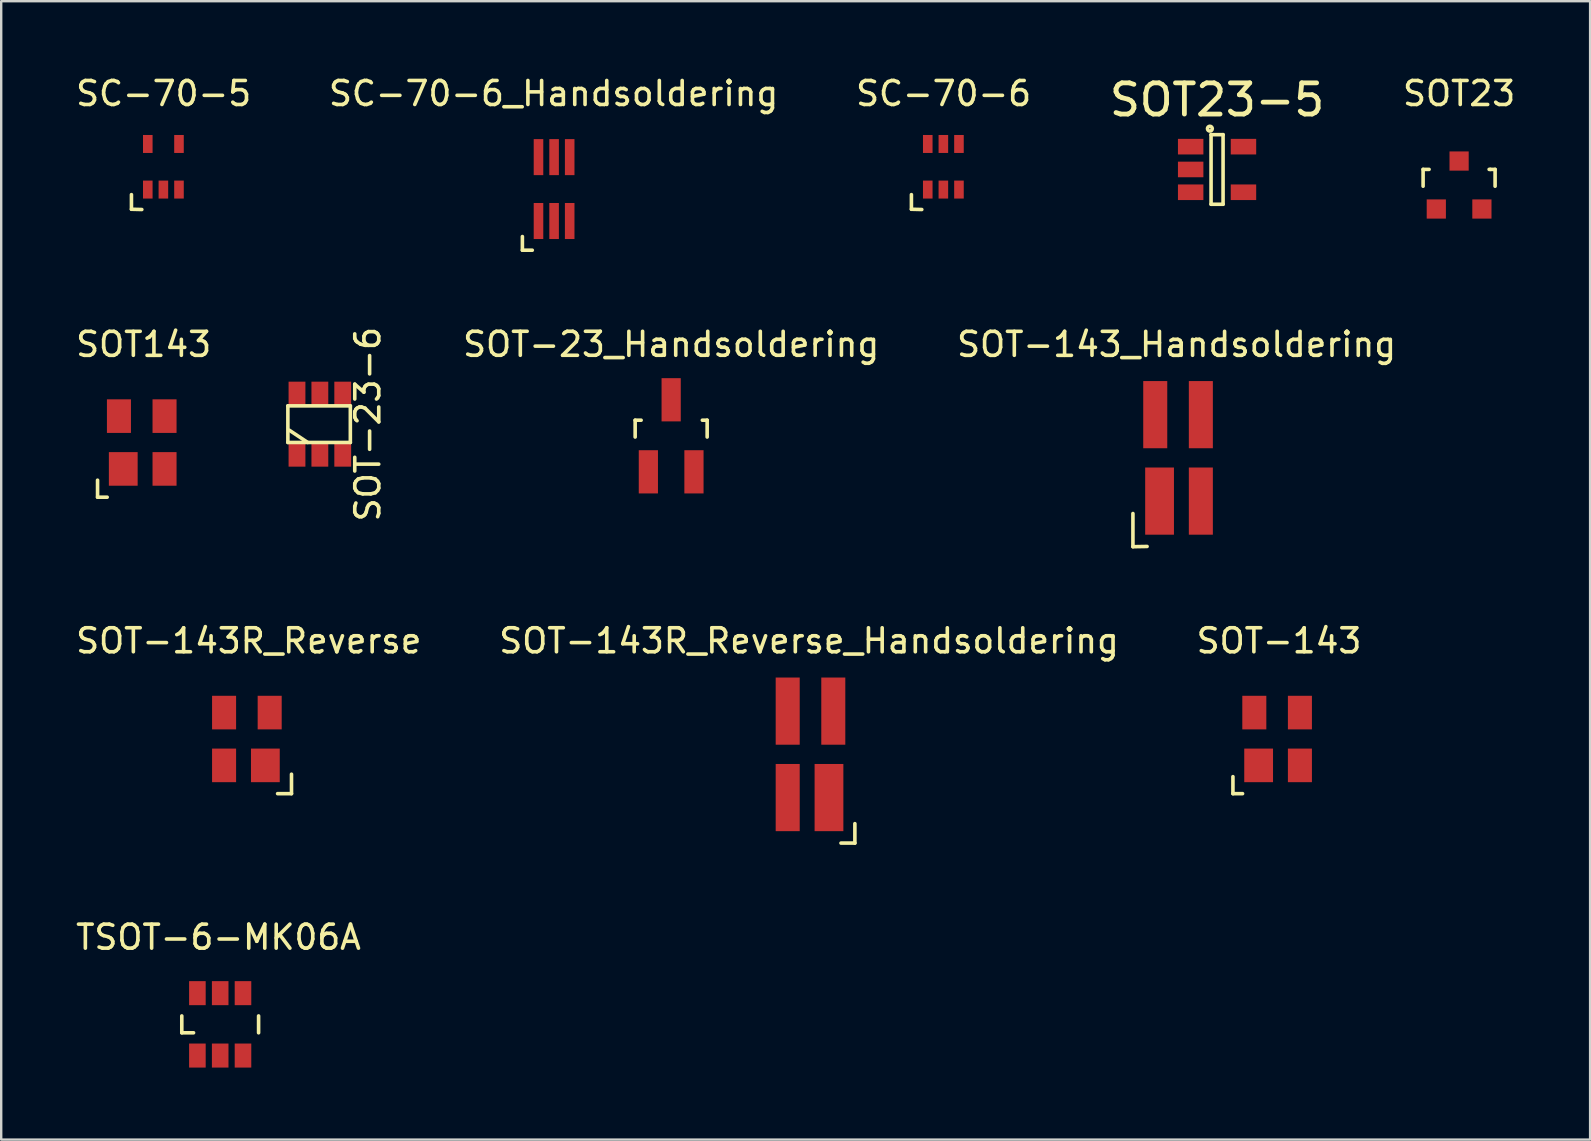
<source format=kicad_pcb>
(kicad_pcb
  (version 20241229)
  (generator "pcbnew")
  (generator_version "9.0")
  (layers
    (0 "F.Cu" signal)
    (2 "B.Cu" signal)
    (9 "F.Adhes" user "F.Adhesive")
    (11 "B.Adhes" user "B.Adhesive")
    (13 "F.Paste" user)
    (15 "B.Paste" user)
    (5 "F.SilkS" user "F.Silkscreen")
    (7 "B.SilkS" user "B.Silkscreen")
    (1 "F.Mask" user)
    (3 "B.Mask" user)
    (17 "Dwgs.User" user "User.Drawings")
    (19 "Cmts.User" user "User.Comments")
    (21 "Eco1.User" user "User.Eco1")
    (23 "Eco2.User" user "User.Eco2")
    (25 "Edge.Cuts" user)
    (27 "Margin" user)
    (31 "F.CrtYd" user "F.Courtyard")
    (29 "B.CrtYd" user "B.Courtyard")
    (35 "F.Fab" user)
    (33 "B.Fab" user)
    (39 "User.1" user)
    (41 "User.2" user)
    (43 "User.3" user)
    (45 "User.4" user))
  (footprint "SC-70-5"
    (layer "F.Cu")
    (at 3.758 3.899)
    (property "Reference" "SC-70-5" (at 0.01 -3.051 0) (layer "F.SilkS") (effects (font (size 1 1) (thickness 0.15))))
    (attr smd)
    (fp_line (start -1.331 1.161) (end -1.331 1.77) (stroke (width 0.15) (type solid)) (layer "F.SilkS"))
    (fp_line (start -1.331 1.77) (end -0.899 1.781) (stroke (width 0.15) (type solid)) (layer "F.SilkS"))
    (pad "1" smd rect (at -0.65 0.95) (size 0.399 0.749) (layers "F.Cu" "F.Mask" "F.Paste"))
    (pad "2" smd rect (at 0 0.95) (size 0.399 0.749) (layers "F.Cu" "F.Mask" "F.Paste"))
    (pad "3" smd rect (at 0.65 0.95) (size 0.399 0.749) (layers "F.Cu" "F.Mask" "F.Paste"))
    (pad "4" smd rect (at 0.65 -0.95) (size 0.399 0.749) (layers "F.Cu" "F.Mask" "F.Paste"))
    (pad "5" smd rect (at -0.65 -0.95) (size 0.399 0.749) (layers "F.Cu" "F.Mask" "F.Paste")))
  (footprint "SOT23-5"
    (layer "F.Cu")
    (at 47.663 4.011)
    (property "Reference" "SOT23-5" (at 0 -2.9 0) (layer "F.SilkS") (effects (font (size 1.3 1.3) (thickness 0.2))))
    (attr smd)
    (fp_line (start -0.25 -1.45) (end -0.25 1.45) (stroke (width 0.15) (type solid)) (layer "F.SilkS"))
    (fp_line (start -0.25 1.45) (end 0.25 1.45) (stroke (width 0.15) (type solid)) (layer "F.SilkS"))
    (fp_line (start 0.25 -1.45) (end -0.25 -1.45) (stroke (width 0.15) (type solid)) (layer "F.SilkS"))
    (fp_line (start 0.25 1.45) (end 0.25 -1.45) (stroke (width 0.15) (type solid)) (layer "F.SilkS"))
    (fp_circle (center -0.3 -1.7) (end -0.2 -1.7) (stroke (width 0.15) (type solid)) (fill no) (layer "F.SilkS"))
    (pad "1" smd rect (at -1.1 -0.95) (size 1.06 0.65) (layers "F.Cu" "F.Mask" "F.Paste"))
    (pad "2" smd rect (at -1.1 0) (size 1.06 0.65) (layers "F.Cu" "F.Mask" "F.Paste"))
    (pad "3" smd rect (at -1.1 0.95) (size 1.06 0.65) (layers "F.Cu" "F.Mask" "F.Paste"))
    (pad "4" smd rect (at 1.1 0.95) (size 1.06 0.65) (layers "F.Cu" "F.Mask" "F.Paste"))
    (pad "5" smd rect (at 1.1 -0.95) (size 1.06 0.65) (layers "F.Cu" "F.Mask" "F.Paste")))
  (footprint "SOT23"
    (layer "F.Cu")
    (at 57.748 4.658)
    (property "Reference" "SOT23" (at 0 -3.81 0) (layer "F.SilkS") (effects (font (size 1 1) (thickness 0.15))))
    (attr smd)
    (fp_line (start -1.5 -0.65) (end -1.251 -0.65) (stroke (width 0.15) (type solid)) (layer "F.SilkS"))
    (fp_line (start -1.5 0.051) (end -1.5 -0.65) (stroke (width 0.15) (type solid)) (layer "F.SilkS"))
    (fp_line (start 1.299 -0.65) (end 1.251 -0.65) (stroke (width 0.15) (type solid)) (layer "F.SilkS"))
    (fp_line (start 1.299 -0.65) (end 1.5 -0.65) (stroke (width 0.15) (type solid)) (layer "F.SilkS"))
    (fp_line (start 1.5 -0.65) (end 1.5 0.051) (stroke (width 0.15) (type solid)) (layer "F.SilkS"))
    (pad "1" smd rect (at -0.95 1.001) (size 0.8 0.8) (layers "F.Cu" "F.Mask" "F.Paste"))
    (pad "2" smd rect (at 0.95 1.001) (size 0.8 0.8) (layers "F.Cu" "F.Mask" "F.Paste"))
    (pad "3" smd rect (at 0 -0.998) (size 0.8 0.8) (layers "F.Cu" "F.Mask" "F.Paste")))
  (footprint "SOT-143_Handsoldering"
    (layer "F.Cu")
    (at 46.037 16.029)
    (property "Reference" "SOT-143_Handsoldering" (at -0.061 -4.729 0) (layer "F.SilkS") (effects (font (size 1 1) (thickness 0.15))))
    (attr smd)
    (fp_line (start -1.88 2.319) (end -1.88 3.701) (stroke (width 0.15) (type solid)) (layer "F.SilkS"))
    (fp_line (start -1.88 3.701) (end -1.29 3.691) (stroke (width 0.15) (type solid)) (layer "F.SilkS"))
    (pad "1" smd rect (at -0.77 1.801) (size 1.199 2.799) (layers "F.Cu" "F.Mask" "F.Paste"))
    (pad "2" smd rect (at 0.95 1.801) (size 1.001 2.799) (layers "F.Cu" "F.Mask" "F.Paste"))
    (pad "3" smd rect (at 0.95 -1.801) (size 1.001 2.799) (layers "F.Cu" "F.Mask" "F.Paste"))
    (pad "4" smd trapezoid (at -0.95 -1.801) (size 1.001 2.799) (layers "F.Cu" "F.Mask" "F.Paste")))
  (footprint "SOT-143R_Reverse"
    (layer "F.Cu")
    (at 7.237 27.742)
    (property "Reference" "SOT-143R_Reverse" (at 0.079 -4.089 0) (layer "F.SilkS") (effects (font (size 1 1) (thickness 0.15))))
    (attr smd)
    (fp_line (start 1.859 1.468) (end 1.859 2.278) (stroke (width 0.15) (type solid)) (layer "F.SilkS"))
    (fp_line (start 1.859 2.278) (end 1.28 2.278) (stroke (width 0.15) (type solid)) (layer "F.SilkS"))
    (pad "1" smd rect (at 0.77 1.1) (size 1.199 1.4) (layers "F.Cu" "F.Mask" "F.Paste"))
    (pad "2" smd rect (at -0.95 1.1) (size 1.001 1.4) (layers "F.Cu" "F.Mask" "F.Paste"))
    (pad "3" smd rect (at -0.95 -1.1) (size 1.001 1.4) (layers "F.Cu" "F.Mask" "F.Paste"))
    (pad "4" smd rect (at 0.95 -1.1) (size 1.001 1.4) (layers "F.Cu" "F.Mask" "F.Paste")))
  (footprint "SOT-143R_Reverse_Handsoldering"
    (layer "F.Cu")
    (at 30.722 28.382)
    (property "Reference" "SOT-143R_Reverse_Handsoldering" (at -0.061 -4.729 0) (layer "F.SilkS") (effects (font (size 1 1) (thickness 0.15))))
    (attr smd)
    (fp_line (start 1.849 2.888) (end 1.849 3.698) (stroke (width 0.15) (type solid)) (layer "F.SilkS"))
    (fp_line (start 1.849 3.698) (end 1.27 3.698) (stroke (width 0.15) (type solid)) (layer "F.SilkS"))
    (pad "1" smd rect (at 0.77 1.801) (size 1.199 2.799) (layers "F.Cu" "F.Mask" "F.Paste"))
    (pad "2" smd rect (at -0.95 1.801) (size 1.001 2.799) (layers "F.Cu" "F.Mask" "F.Paste"))
    (pad "3" smd trapezoid (at -0.95 -1.801) (size 1.001 2.799) (layers "F.Cu" "F.Mask" "F.Paste"))
    (pad "4" smd rect (at 0.95 -1.801) (size 1.001 2.799) (layers "F.Cu" "F.Mask" "F.Paste")))
  (footprint "SOT-143"
    (layer "F.Cu")
    (at 50.165 27.742)
    (property "Reference" "SOT-143" (at 0.079 -4.089 0) (layer "F.SilkS") (effects (font (size 1 1) (thickness 0.15))))
    (attr smd)
    (fp_line (start -1.841 1.57) (end -1.841 2.278) (stroke (width 0.15) (type solid)) (layer "F.SilkS"))
    (fp_line (start -1.841 2.278) (end -1.44 2.278) (stroke (width 0.15) (type solid)) (layer "F.SilkS"))
    (pad "1" smd rect (at -0.77 1.1) (size 1.199 1.4) (layers "F.Cu" "F.Mask" "F.Paste"))
    (pad "2" smd rect (at 0.95 1.1) (size 1.001 1.4) (layers "F.Cu" "F.Mask" "F.Paste"))
    (pad "3" smd rect (at 0.95 -1.1) (size 1.001 1.4) (layers "F.Cu" "F.Mask" "F.Paste"))
    (pad "4" smd rect (at -0.95 -1.1) (size 1.001 1.4) (layers "F.Cu" "F.Mask" "F.Paste")))
  (footprint "SC-70-6_Handsoldering"
    (layer "F.Cu")
    (at 20.038 4.828)
    (property "Reference" "SC-70-6_Handsoldering" (at -0.02 -3.98 0) (layer "F.SilkS") (effects (font (size 1 1) (thickness 0.15))))
    (attr smd)
    (fp_line (start -1.321 1.979) (end -1.321 2.548) (stroke (width 0.15) (type solid)) (layer "F.SilkS"))
    (fp_line (start -1.321 2.548) (end -0.909 2.548) (stroke (width 0.15) (type solid)) (layer "F.SilkS"))
    (pad "1" smd rect (at -0.65 1.331) (size 0.399 1.501) (layers "F.Cu" "F.Mask" "F.Paste"))
    (pad "2" smd rect (at 0 1.331) (size 0.399 1.501) (layers "F.Cu" "F.Mask" "F.Paste"))
    (pad "3" smd rect (at 0.65 1.331) (size 0.399 1.501) (layers "F.Cu" "F.Mask" "F.Paste"))
    (pad "4" smd rect (at 0.65 -1.331) (size 0.399 1.501) (layers "F.Cu" "F.Mask" "F.Paste"))
    (pad "5" smd rect (at 0 -1.331) (size 0.399 1.501) (layers "F.Cu" "F.Mask" "F.Paste"))
    (pad "6" smd rect (at -0.65 -1.331) (size 0.399 1.501) (layers "F.Cu" "F.Mask" "F.Paste")))
  (footprint "SOT-23_Handsoldering"
    (layer "F.Cu")
    (at 24.916 15.109)
    (property "Reference" "SOT-23_Handsoldering" (at 0 -3.81 0) (layer "F.SilkS") (effects (font (size 1 1) (thickness 0.15))))
    (attr smd)
    (fp_line (start -1.5 -0.65) (end -1.251 -0.65) (stroke (width 0.15) (type solid)) (layer "F.SilkS"))
    (fp_line (start -1.5 0.051) (end -1.5 -0.65) (stroke (width 0.15) (type solid)) (layer "F.SilkS"))
    (fp_line (start 1.299 -0.65) (end 1.5 -0.65) (stroke (width 0.15) (type solid)) (layer "F.SilkS"))
    (fp_line (start 1.5 -0.65) (end 1.5 0.051) (stroke (width 0.15) (type solid)) (layer "F.SilkS"))
    (pad "1" smd rect (at -0.95 1.501) (size 0.8 1.801) (layers "F.Cu" "F.Mask" "F.Paste"))
    (pad "2" smd rect (at 0.95 1.501) (size 0.8 1.801) (layers "F.Cu" "F.Mask" "F.Paste"))
    (pad "3" smd rect (at 0 -1.501) (size 0.8 1.801) (layers "F.Cu" "F.Mask" "F.Paste")))
  (footprint "TSOT-6-MK06A"
    (layer "F.Cu")
    (at 6.125 39.633)
    (property "Reference" "TSOT-6-MK06A" (at -0.071 -3.63 0) (layer "F.SilkS") (effects (font (size 1 1) (thickness 0.15))))
    (attr smd)
    (fp_line (start -1.6 -0.351) (end -1.6 0.351) (stroke (width 0.15) (type solid)) (layer "F.SilkS"))
    (fp_line (start -1.6 0.351) (end -1.11 0.351) (stroke (width 0.15) (type solid)) (layer "F.SilkS"))
    (fp_line (start 1.6 -0.351) (end 1.6 0.351) (stroke (width 0.15) (type solid)) (layer "F.SilkS"))
    (pad "1" smd rect (at -0.95 1.3) (size 0.691 1.001) (layers "F.Cu" "F.Mask" "F.Paste"))
    (pad "2" smd rect (at 0 1.3) (size 0.691 1.001) (layers "F.Cu" "F.Mask" "F.Paste"))
    (pad "3" smd rect (at 0.95 1.3) (size 0.691 1.001) (layers "F.Cu" "F.Mask" "F.Paste"))
    (pad "4" smd rect (at 0.95 -1.3) (size 0.691 1.001) (layers "F.Cu" "F.Mask" "F.Paste"))
    (pad "5" smd rect (at 0 -1.3) (size 0.691 1.001) (layers "F.Cu" "F.Mask" "F.Paste"))
    (pad "6" smd rect (at -0.95 -1.3) (size 0.691 1.001) (layers "F.Cu" "F.Mask" "F.Paste")))
  (footprint "SOT143"
    (layer "F.Cu")
    (at 2.856 15.389)
    (property "Reference" "SOT143" (at 0.079 -4.089 0) (layer "F.SilkS") (effects (font (size 1 1) (thickness 0.15))))
    (attr smd)
    (fp_line (start -1.841 1.57) (end -1.841 2.278) (stroke (width 0.15) (type solid)) (layer "F.SilkS"))
    (fp_line (start -1.841 2.278) (end -1.44 2.278) (stroke (width 0.15) (type solid)) (layer "F.SilkS"))
    (pad "1" smd rect (at -0.77 1.1) (size 1.199 1.4) (layers "F.Cu" "F.Mask" "F.Paste"))
    (pad "2" smd rect (at 0.95 1.1) (size 1.001 1.4) (layers "F.Cu" "F.Mask" "F.Paste"))
    (pad "3" smd rect (at 0.95 -1.1) (size 1.001 1.4) (layers "F.Cu" "F.Mask" "F.Paste"))
    (pad "4" smd rect (at -0.95 -1.1) (size 1.001 1.4) (layers "F.Cu" "F.Mask" "F.Paste")))
  (footprint "SC-70-6"
    (layer "F.Cu")
    (at 36.258 3.899)
    (property "Reference" "SC-70-6" (at 0.01 -3.051 0) (layer "F.SilkS") (effects (font (size 1 1) (thickness 0.15))))
    (attr smd)
    (fp_line (start -1.331 1.161) (end -1.331 1.77) (stroke (width 0.15) (type solid)) (layer "F.SilkS"))
    (fp_line (start -1.331 1.77) (end -0.899 1.781) (stroke (width 0.15) (type solid)) (layer "F.SilkS"))
    (pad "1" smd rect (at -0.65 0.95) (size 0.399 0.749) (layers "F.Cu" "F.Mask" "F.Paste"))
    (pad "2" smd rect (at 0 0.95) (size 0.399 0.749) (layers "F.Cu" "F.Mask" "F.Paste"))
    (pad "3" smd rect (at 0.65 0.95) (size 0.399 0.749) (layers "F.Cu" "F.Mask" "F.Paste"))
    (pad "4" smd rect (at 0.65 -0.95) (size 0.399 0.749) (layers "F.Cu" "F.Mask" "F.Paste"))
    (pad "5" smd rect (at 0 -0.95) (size 0.399 0.749) (layers "F.Cu" "F.Mask" "F.Paste"))
    (pad "6" smd rect (at -0.65 -0.95) (size 0.399 0.749) (layers "F.Cu" "F.Mask" "F.Paste")))
  (footprint "SOT-23-6"
    (layer "F.Cu")
    (at 10.278 14.624)
    (property "Reference" "SOT-23-6" (at 1.999 0 90) (layer "F.SilkS") (effects (font (size 1 1) (thickness 0.15))))
    (attr through_hole)
    (fp_line (start -1.333 -0.762) (end 1.27 -0.762) (stroke (width 0.15) (type solid)) (layer "F.SilkS"))
    (fp_line (start -1.333 0.762) (end -1.333 -0.762) (stroke (width 0.15) (type solid)) (layer "F.SilkS"))
    (fp_line (start -0.508 0.762) (end -1.27 0.254) (stroke (width 0.15) (type solid)) (layer "F.SilkS"))
    (fp_line (start 1.27 -0.762) (end 1.27 0.762) (stroke (width 0.15) (type solid)) (layer "F.SilkS"))
    (fp_line (start 1.27 0.762) (end -1.333 0.762) (stroke (width 0.15) (type solid)) (layer "F.SilkS"))
    (pad "1" smd rect (at -0.953 1.27) (size 0.701 1.001) (layers "F.Cu" "F.Mask" "F.Paste"))
    (pad "2" smd rect (at 0 1.27) (size 0.701 1.001) (layers "F.Cu" "F.Mask" "F.Paste"))
    (pad "3" smd rect (at 0.953 1.27) (size 0.701 1.001) (layers "F.Cu" "F.Mask" "F.Paste"))
    (pad "4" smd rect (at 0.953 -1.27) (size 0.701 1.001) (layers "F.Cu" "F.Mask" "F.Paste"))
    (pad "5" smd rect (at 0 -1.27) (size 0.701 1.001) (layers "F.Cu" "F.Mask" "F.Paste"))
    (pad "6" smd rect (at -0.953 -1.27) (size 0.701 1.001) (layers "F.Cu" "F.Mask" "F.Paste")))
  (gr_rect
    (start -3 -3)
    (end 63.207 44.434)
    (stroke (width 0.1) (type default))
    (fill no)
    (layer "Edge.Cuts")))
</source>
